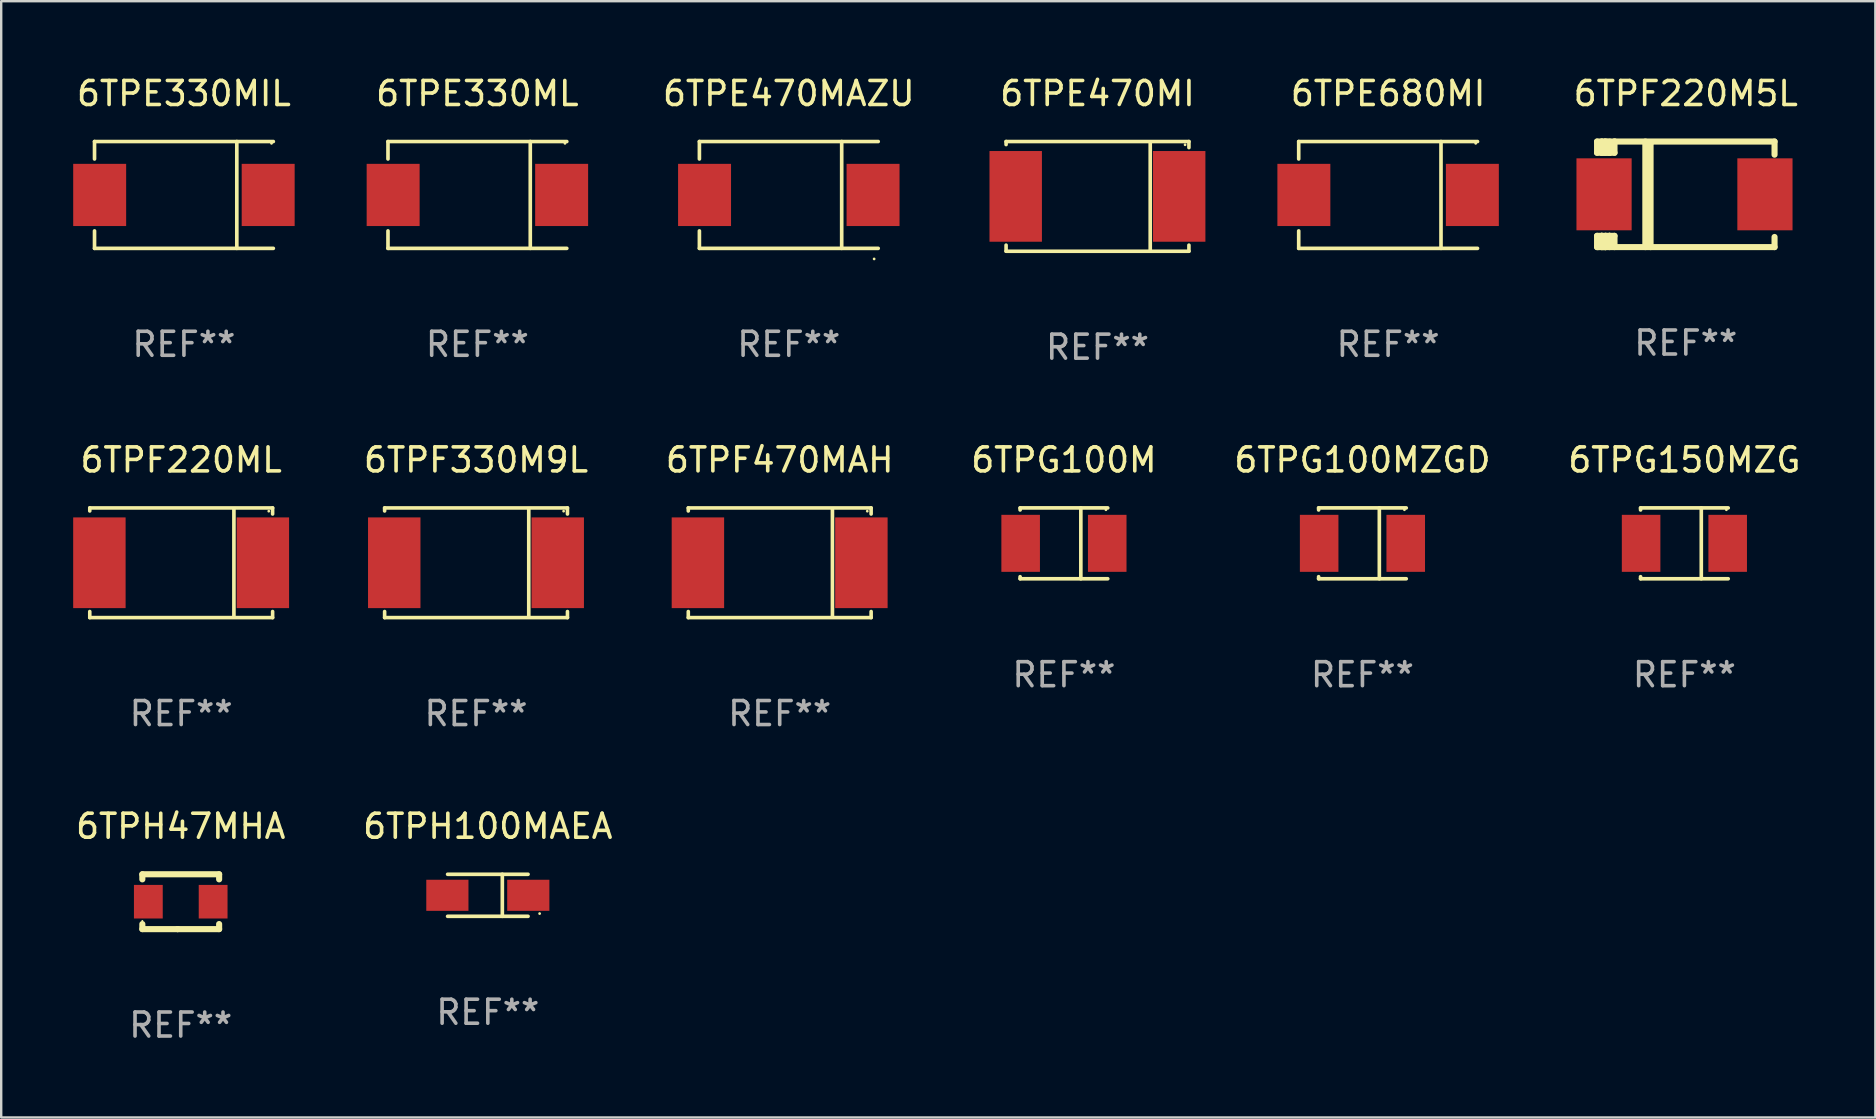
<source format=kicad_pcb>
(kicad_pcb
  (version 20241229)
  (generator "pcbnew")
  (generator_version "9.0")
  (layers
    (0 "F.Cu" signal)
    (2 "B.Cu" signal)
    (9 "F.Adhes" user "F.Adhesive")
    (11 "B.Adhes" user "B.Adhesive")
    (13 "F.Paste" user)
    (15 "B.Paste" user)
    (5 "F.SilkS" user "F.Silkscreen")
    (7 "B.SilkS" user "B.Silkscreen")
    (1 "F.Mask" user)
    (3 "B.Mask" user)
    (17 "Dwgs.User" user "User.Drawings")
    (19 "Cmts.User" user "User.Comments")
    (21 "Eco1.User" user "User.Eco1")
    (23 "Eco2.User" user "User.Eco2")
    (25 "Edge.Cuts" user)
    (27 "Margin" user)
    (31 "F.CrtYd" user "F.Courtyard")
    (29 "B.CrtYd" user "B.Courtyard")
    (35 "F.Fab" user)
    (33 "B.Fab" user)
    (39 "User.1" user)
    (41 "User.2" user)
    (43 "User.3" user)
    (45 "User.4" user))
  (footprint "6TPE330MIL"
    (layer "F.Cu")
    (at 4.615 5.074)
    (property "Reference" "6TPE330MIL" (at 0 -4.226 0) (layer "F.SilkS") (effects (font (size 1 1) (thickness 0.15))))
    (attr through_hole)
    (fp_line (start -3.726 -2.226) (end -3.726 -1.499) (stroke (width 0.152) (type solid)) (layer "F.SilkS"))
    (fp_line (start -3.726 -2.226) (end 3.726 -2.226) (stroke (width 0.152) (type solid)) (layer "F.SilkS"))
    (fp_line (start -3.726 2.226) (end -3.726 1.499) (stroke (width 0.152) (type solid)) (layer "F.SilkS"))
    (fp_line (start -3.726 2.226) (end 3.726 2.226) (stroke (width 0.152) (type solid)) (layer "F.SilkS"))
    (fp_line (start 2.204 -2.226) (end 2.204 2.226) (stroke (width 0.152) (type solid)) (layer "F.SilkS"))
    (fp_circle (center 3.65 -2.15) (end 3.68 -2.15) (stroke (width 0.06) (type solid)) (fill no) (layer "F.SilkS"))
    (fp_text user "REF**" (at 0 6.226 0) (layer "F.Fab") (effects (font (size 1 1) (thickness 0.15))))
    (pad "1" smd rect (at 3.511 0) (size 2.207 2.592) (layers "F.Cu" "F.Mask" "F.Paste"))
    (pad "2" smd rect (at -3.511 0) (size 2.207 2.592) (layers "F.Cu" "F.Mask" "F.Paste")))
  (footprint "6TPH100MAEA"
    (layer "F.Cu")
    (at 17.28 34.261)
    (property "Reference" "6TPH100MAEA" (at 0 -2.876 0) (layer "F.SilkS") (effects (font (size 1 1) (thickness 0.15))))
    (attr through_hole)
    (fp_line (start -1.676 -0.876) (end 1.676 -0.876) (stroke (width 0.152) (type solid)) (layer "F.SilkS"))
    (fp_line (start -1.676 0.876) (end 1.676 0.876) (stroke (width 0.152) (type solid)) (layer "F.SilkS"))
    (fp_line (start 0.604 -0.876) (end 0.604 0.876) (stroke (width 0.152) (type solid)) (layer "F.SilkS"))
    (fp_circle (center 2.159 0.762) (end 2.189 0.762) (stroke (width 0.06) (type solid)) (fill no) (layer "F.SilkS"))
    (fp_text user "REF**" (at 0 4.876 0) (layer "F.Fab") (effects (font (size 1 1) (thickness 0.15))))
    (pad "1" smd rect (at 1.686 0) (size 1.758 1.296) (layers "F.Cu" "F.Mask" "F.Paste"))
    (pad "2" smd rect (at -1.686 0) (size 1.758 1.296) (layers "F.Cu" "F.Mask" "F.Paste")))
  (footprint "6TPE330ML"
    (layer "F.Cu")
    (at 16.845 5.074)
    (property "Reference" "6TPE330ML" (at 0 -4.226 0) (layer "F.SilkS") (effects (font (size 1 1) (thickness 0.15))))
    (attr through_hole)
    (fp_line (start -3.726 -2.226) (end -3.726 -1.499) (stroke (width 0.152) (type solid)) (layer "F.SilkS"))
    (fp_line (start -3.726 -2.226) (end 3.726 -2.226) (stroke (width 0.152) (type solid)) (layer "F.SilkS"))
    (fp_line (start -3.726 2.226) (end -3.726 1.499) (stroke (width 0.152) (type solid)) (layer "F.SilkS"))
    (fp_line (start -3.726 2.226) (end 3.726 2.226) (stroke (width 0.152) (type solid)) (layer "F.SilkS"))
    (fp_line (start 2.204 -2.226) (end 2.204 2.226) (stroke (width 0.152) (type solid)) (layer "F.SilkS"))
    (fp_circle (center 3.65 -2.15) (end 3.68 -2.15) (stroke (width 0.06) (type solid)) (fill no) (layer "F.SilkS"))
    (fp_text user "REF**" (at 0 6.226 0) (layer "F.Fab") (effects (font (size 1 1) (thickness 0.15))))
    (pad "1" smd rect (at 3.511 0) (size 2.207 2.592) (layers "F.Cu" "F.Mask" "F.Paste"))
    (pad "2" smd rect (at -3.511 0) (size 2.207 2.592) (layers "F.Cu" "F.Mask" "F.Paste")))
  (footprint "6TPG100M"
    (layer "F.Cu")
    (at 41.289 19.593)
    (property "Reference" "6TPG100M" (at 0 -3.476 0) (layer "F.SilkS") (effects (font (size 1 1) (thickness 0.15))))
    (attr through_hole)
    (fp_line (start -1.826 -1.476) (end -1.826 -1.391) (stroke (width 0.152) (type solid)) (layer "F.SilkS"))
    (fp_line (start -1.826 -1.476) (end 1.826 -1.476) (stroke (width 0.152) (type solid)) (layer "F.SilkS"))
    (fp_line (start -1.826 1.476) (end -1.826 1.391) (stroke (width 0.152) (type solid)) (layer "F.SilkS"))
    (fp_line (start -1.826 1.476) (end 1.826 1.476) (stroke (width 0.152) (type solid)) (layer "F.SilkS"))
    (fp_line (start 0.704 -1.476) (end 0.704 1.476) (stroke (width 0.152) (type solid)) (layer "F.SilkS"))
    (fp_circle (center 1.75 -1.4) (end 1.78 -1.4) (stroke (width 0.06) (type solid)) (fill no) (layer "F.SilkS"))
    (fp_text user "REF**" (at 0 5.476 0) (layer "F.Fab") (effects (font (size 1 1) (thickness 0.15))))
    (pad "1" smd rect (at 1.804 0) (size 1.607 2.376) (layers "F.Cu" "F.Mask" "F.Paste"))
    (pad "2" smd rect (at -1.804 0) (size 1.607 2.376) (layers "F.Cu" "F.Mask" "F.Paste")))
  (footprint "6TPH47MHA"
    (layer "F.Cu")
    (at 4.482 34.528)
    (property "Reference" "6TPH47MHA" (at 0 -3.143 0) (layer "F.SilkS") (effects (font (size 1 1) (thickness 0.15))))
    (attr through_hole)
    (fp_line (start -1.6 1.143) (end -0.128 1.143) (stroke (width 0.254) (type solid)) (layer "F.SilkS"))
    (fp_line (start -1.6 -1.143) (end -1.6 -0.931) (stroke (width 0.254) (type solid)) (layer "F.SilkS"))
    (fp_line (start -1.6 -1.143) (end 1.6 -1.143) (stroke (width 0.254) (type solid)) (layer "F.SilkS"))
    (fp_line (start -1.6 0.931) (end -1.6 1.143) (stroke (width 0.254) (type solid)) (layer "F.SilkS"))
    (fp_line (start -0.128 1.143) (end -0.128 1.143) (stroke (width 0.254) (type solid)) (layer "F.SilkS"))
    (fp_line (start -0.128 1.143) (end 1.6 1.143) (stroke (width 0.254) (type solid)) (layer "F.SilkS"))
    (fp_line (start 1.6 -1.143) (end 1.6 -0.931) (stroke (width 0.254) (type solid)) (layer "F.SilkS"))
    (fp_line (start 1.6 0.931) (end 1.6 1.143) (stroke (width 0.254) (type solid)) (layer "F.SilkS"))
    (fp_circle (center -1.6 0.8) (end -1.58 0.8) (stroke (width 0.04) (type solid)) (fill no) (layer "F.SilkS"))
    (fp_text user "REF**" (at 0 5.143 0) (layer "F.Fab") (effects (font (size 1 1) (thickness 0.15))))
    (pad "1" smd rect (at -1.35 0) (size 1.2 1.4) (layers "F.Cu" "F.Mask" "F.Paste"))
    (pad "2" smd rect (at 1.35 0) (size 1.2 1.4) (layers "F.Cu" "F.Mask" "F.Paste")))
  (footprint "6TPF220M5L"
    (layer "F.Cu")
    (at 67.205 5.048)
    (property "Reference" "6TPF220M5L" (at 0 -4.2 0) (layer "F.SilkS") (effects (font (size 1 1) (thickness 0.15))))
    (attr through_hole)
    (fp_line (start -3.698 -2.2) (end -3.502 -2.2) (stroke (width 0.254) (type solid)) (layer "F.SilkS"))
    (fp_line (start -3.698 -1.731) (end -3.698 -2.2) (stroke (width 0.254) (type solid)) (layer "F.SilkS"))
    (fp_line (start -3.698 -1.731) (end -3.502 -1.731) (stroke (width 0.254) (type solid)) (layer "F.SilkS"))
    (fp_line (start -3.698 1.731) (end -3.502 1.731) (stroke (width 0.254) (type solid)) (layer "F.SilkS"))
    (fp_line (start -3.698 2.2) (end -3.698 1.731) (stroke (width 0.254) (type solid)) (layer "F.SilkS"))
    (fp_line (start -3.66 2.2) (end -3.698 2.2) (stroke (width 0.254) (type solid)) (layer "F.SilkS"))
    (fp_line (start -3.66 2.2) (end -3.346 2.2) (stroke (width 0.254) (type solid)) (layer "F.SilkS"))
    (fp_line (start -3.502 -2.2) (end 3.698 -2.2) (stroke (width 0.254) (type solid)) (layer "F.SilkS"))
    (fp_line (start -3.502 -1.731) (end -3.502 -2.2) (stroke (width 0.254) (type solid)) (layer "F.SilkS"))
    (fp_line (start -3.502 1.731) (end -3.502 1.778) (stroke (width 0.254) (type solid)) (layer "F.SilkS"))
    (fp_line (start -3.502 1.731) (end -3.178 1.731) (stroke (width 0.254) (type solid)) (layer "F.SilkS"))
    (fp_line (start -3.502 1.778) (end -3.502 1.731) (stroke (width 0.254) (type solid)) (layer "F.SilkS"))
    (fp_line (start -3.502 2.2) (end -3.502 1.778) (stroke (width 0.254) (type solid)) (layer "F.SilkS"))
    (fp_line (start -3.502 2.2) (end 3.698 2.2) (stroke (width 0.254) (type solid)) (layer "F.SilkS"))
    (fp_line (start -3.367 -2.2) (end -3.367 -1.731) (stroke (width 0.254) (type solid)) (layer "F.SilkS"))
    (fp_line (start -3.346 1.731) (end -3.346 2.2) (stroke (width 0.254) (type solid)) (layer "F.SilkS"))
    (fp_line (start -3.346 2.2) (end -3.346 2.2) (stroke (width 0.254) (type solid)) (layer "F.SilkS"))
    (fp_line (start -3.332 1.731) (end -3.346 1.731) (stroke (width 0.254) (type solid)) (layer "F.SilkS"))
    (fp_line (start -3.303 -2.2) (end -3.367 -2.2) (stroke (width 0.254) (type solid)) (layer "F.SilkS"))
    (fp_line (start -3.179 -1.731) (end -3.179 -1.731) (stroke (width 0.254) (type solid)) (layer "F.SilkS"))
    (fp_line (start -3.179 1.731) (end -3.179 2.2) (stroke (width 0.254) (type solid)) (layer "F.SilkS"))
    (fp_line (start -3.178 -1.731) (end -3.502 -1.731) (stroke (width 0.254) (type solid)) (layer "F.SilkS"))
    (fp_line (start -3.178 -1.731) (end -3.179 -1.731) (stroke (width 0.254) (type solid)) (layer "F.SilkS"))
    (fp_line (start -3.178 -1.731) (end -3.178 -2.2) (stroke (width 0.254) (type solid)) (layer "F.SilkS"))
    (fp_line (start -3.178 1.731) (end -3.178 1.731) (stroke (width 0.254) (type solid)) (layer "F.SilkS"))
    (fp_line (start -2.972 -2.2) (end -2.972 -1.731) (stroke (width 0.254) (type solid)) (layer "F.SilkS"))
    (fp_line (start -2.972 -1.731) (end -3.502 -1.731) (stroke (width 0.254) (type solid)) (layer "F.SilkS"))
    (fp_line (start -2.972 1.731) (end -3.179 1.731) (stroke (width 0.254) (type solid)) (layer "F.SilkS"))
    (fp_line (start -2.972 1.731) (end -2.972 2.2) (stroke (width 0.254) (type solid)) (layer "F.SilkS"))
    (fp_line (start -2.957 -2.2) (end -2.972 -2.2) (stroke (width 0.254) (type solid)) (layer "F.SilkS"))
    (fp_line (start -1.686 -2.2) (end -1.686 2.2) (stroke (width 0.254) (type solid)) (layer "F.SilkS"))
    (fp_line (start -1.469 -2.159) (end -1.469 2.2) (stroke (width 0.254) (type solid)) (layer "F.SilkS"))
    (fp_line (start -1.452 -2.159) (end -1.469 -2.159) (stroke (width 0.254) (type solid)) (layer "F.SilkS"))
    (fp_line (start 3.698 -2.2) (end 3.698 -1.651) (stroke (width 0.254) (type solid)) (layer "F.SilkS"))
    (fp_line (start 3.698 2.2) (end 3.698 1.778) (stroke (width 0.254) (type solid)) (layer "F.SilkS"))
    (fp_circle (center -3.552 2.15) (end -3.522 2.15) (stroke (width 0.06) (type solid)) (fill no) (layer "F.SilkS"))
    (fp_text user "REF**" (at 0 6.2 0) (layer "F.Fab") (effects (font (size 1 1) (thickness 0.15))))
    (pad "1" smd rect (at -3.407 0) (size 2.3 3) (layers "F.Cu" "F.Mask" "F.Paste"))
    (pad "2" smd rect (at 3.298 0) (size 2.3 3) (layers "F.Cu" "F.Mask" "F.Paste")))
  (footprint "6TPE470MI"
    (layer "F.Cu")
    (at 42.688 5.134)
    (property "Reference" "6TPE470MI" (at 0 -4.286 0) (layer "F.SilkS") (effects (font (size 1 1) (thickness 0.15))))
    (attr through_hole)
    (fp_line (start -3.81 -2.286) (end -3.81 -2.159) (stroke (width 0.15) (type solid)) (layer "F.SilkS"))
    (fp_line (start -3.81 2.032) (end -3.81 2.286) (stroke (width 0.15) (type solid)) (layer "F.SilkS"))
    (fp_line (start -3.81 2.286) (end 3.81 2.286) (stroke (width 0.15) (type solid)) (layer "F.SilkS"))
    (fp_line (start 2.197 -2.226) (end 2.197 2.226) (stroke (width 0.152) (type solid)) (layer "F.SilkS"))
    (fp_line (start 3.81 -2.286) (end -3.81 -2.286) (stroke (width 0.15) (type solid)) (layer "F.SilkS"))
    (fp_line (start 3.81 -2.032) (end 3.81 -2.286) (stroke (width 0.15) (type solid)) (layer "F.SilkS"))
    (fp_line (start 3.81 2.286) (end 3.81 2.032) (stroke (width 0.15) (type solid)) (layer "F.SilkS"))
    (fp_circle (center 3.65 -2.15) (end 3.68 -2.15) (stroke (width 0.06) (type solid)) (fill no) (layer "F.SilkS"))
    (fp_text user "REF**" (at 0 6.286 0) (layer "F.Fab") (effects (font (size 1 1) (thickness 0.15))))
    (pad "1" smd rect (at 3.404 0 180) (size 2.185 3.78) (layers "F.Cu" "F.Mask" "F.Paste"))
    (pad "2" smd rect (at -3.409 0 180) (size 2.185 3.78) (layers "F.Cu" "F.Mask" "F.Paste")))
  (footprint "6TPF330M9L"
    (layer "F.Cu")
    (at 16.789 20.403)
    (property "Reference" "6TPF330M9L" (at 0 -4.286 0) (layer "F.SilkS") (effects (font (size 1 1) (thickness 0.15))))
    (attr through_hole)
    (fp_line (start -3.81 -2.286) (end -3.81 -2.159) (stroke (width 0.15) (type solid)) (layer "F.SilkS"))
    (fp_line (start -3.81 2.032) (end -3.81 2.286) (stroke (width 0.15) (type solid)) (layer "F.SilkS"))
    (fp_line (start -3.81 2.286) (end 3.81 2.286) (stroke (width 0.15) (type solid)) (layer "F.SilkS"))
    (fp_line (start 2.197 -2.226) (end 2.197 2.226) (stroke (width 0.152) (type solid)) (layer "F.SilkS"))
    (fp_line (start 3.81 -2.286) (end -3.81 -2.286) (stroke (width 0.15) (type solid)) (layer "F.SilkS"))
    (fp_line (start 3.81 -2.032) (end 3.81 -2.286) (stroke (width 0.15) (type solid)) (layer "F.SilkS"))
    (fp_line (start 3.81 2.286) (end 3.81 2.032) (stroke (width 0.15) (type solid)) (layer "F.SilkS"))
    (fp_circle (center 3.65 -2.15) (end 3.68 -2.15) (stroke (width 0.06) (type solid)) (fill no) (layer "F.SilkS"))
    (fp_text user "REF**" (at 0 6.286 0) (layer "F.Fab") (effects (font (size 1 1) (thickness 0.15))))
    (pad "1" smd rect (at 3.404 0 180) (size 2.185 3.78) (layers "F.Cu" "F.Mask" "F.Paste"))
    (pad "2" smd rect (at -3.409 0 180) (size 2.185 3.78) (layers "F.Cu" "F.Mask" "F.Paste")))
  (footprint "6TPF220ML"
    (layer "F.Cu")
    (at 4.501 20.403)
    (property "Reference" "6TPF220ML" (at 0 -4.286 0) (layer "F.SilkS") (effects (font (size 1 1) (thickness 0.15))))
    (attr through_hole)
    (fp_line (start -3.81 -2.286) (end -3.81 -2.159) (stroke (width 0.15) (type solid)) (layer "F.SilkS"))
    (fp_line (start -3.81 2.032) (end -3.81 2.286) (stroke (width 0.15) (type solid)) (layer "F.SilkS"))
    (fp_line (start -3.81 2.286) (end 3.81 2.286) (stroke (width 0.15) (type solid)) (layer "F.SilkS"))
    (fp_line (start 2.197 -2.226) (end 2.197 2.226) (stroke (width 0.152) (type solid)) (layer "F.SilkS"))
    (fp_line (start 3.81 -2.286) (end -3.81 -2.286) (stroke (width 0.15) (type solid)) (layer "F.SilkS"))
    (fp_line (start 3.81 -2.032) (end 3.81 -2.286) (stroke (width 0.15) (type solid)) (layer "F.SilkS"))
    (fp_line (start 3.81 2.286) (end 3.81 2.032) (stroke (width 0.15) (type solid)) (layer "F.SilkS"))
    (fp_circle (center 3.65 -2.15) (end 3.68 -2.15) (stroke (width 0.06) (type solid)) (fill no) (layer "F.SilkS"))
    (fp_text user "REF**" (at 0 6.286 0) (layer "F.Fab") (effects (font (size 1 1) (thickness 0.15))))
    (pad "1" smd rect (at 3.404 0 180) (size 2.185 3.78) (layers "F.Cu" "F.Mask" "F.Paste"))
    (pad "2" smd rect (at -3.409 0 180) (size 2.185 3.78) (layers "F.Cu" "F.Mask" "F.Paste")))
  (footprint "6TPE680MI"
    (layer "F.Cu")
    (at 54.799 5.074)
    (property "Reference" "6TPE680MI" (at 0 -4.226 0) (layer "F.SilkS") (effects (font (size 1 1) (thickness 0.15))))
    (attr through_hole)
    (fp_line (start -3.726 -2.226) (end -3.726 -1.499) (stroke (width 0.152) (type solid)) (layer "F.SilkS"))
    (fp_line (start -3.726 -2.226) (end 3.726 -2.226) (stroke (width 0.152) (type solid)) (layer "F.SilkS"))
    (fp_line (start -3.726 2.226) (end -3.726 1.499) (stroke (width 0.152) (type solid)) (layer "F.SilkS"))
    (fp_line (start -3.726 2.226) (end 3.726 2.226) (stroke (width 0.152) (type solid)) (layer "F.SilkS"))
    (fp_line (start 2.204 -2.226) (end 2.204 2.226) (stroke (width 0.152) (type solid)) (layer "F.SilkS"))
    (fp_circle (center 3.65 -2.15) (end 3.68 -2.15) (stroke (width 0.06) (type solid)) (fill no) (layer "F.SilkS"))
    (fp_text user "REF**" (at 0 6.226 0) (layer "F.Fab") (effects (font (size 1 1) (thickness 0.15))))
    (pad "1" smd rect (at 3.511 0) (size 2.207 2.592) (layers "F.Cu" "F.Mask" "F.Paste"))
    (pad "2" smd rect (at -3.511 0) (size 2.207 2.592) (layers "F.Cu" "F.Mask" "F.Paste")))
  (footprint "6TPG100MZGD"
    (layer "F.Cu")
    (at 53.729 19.593)
    (property "Reference" "6TPG100MZGD" (at 0 -3.476 0) (layer "F.SilkS") (effects (font (size 1 1) (thickness 0.15))))
    (attr through_hole)
    (fp_line (start -1.826 -1.476) (end -1.826 -1.391) (stroke (width 0.152) (type solid)) (layer "F.SilkS"))
    (fp_line (start -1.826 -1.476) (end 1.826 -1.476) (stroke (width 0.152) (type solid)) (layer "F.SilkS"))
    (fp_line (start -1.826 1.476) (end -1.826 1.391) (stroke (width 0.152) (type solid)) (layer "F.SilkS"))
    (fp_line (start -1.826 1.476) (end 1.826 1.476) (stroke (width 0.152) (type solid)) (layer "F.SilkS"))
    (fp_line (start 0.704 -1.476) (end 0.704 1.476) (stroke (width 0.152) (type solid)) (layer "F.SilkS"))
    (fp_circle (center 1.75 -1.4) (end 1.78 -1.4) (stroke (width 0.06) (type solid)) (fill no) (layer "F.SilkS"))
    (fp_text user "REF**" (at 0 5.476 0) (layer "F.Fab") (effects (font (size 1 1) (thickness 0.15))))
    (pad "1" smd rect (at 1.804 0) (size 1.607 2.376) (layers "F.Cu" "F.Mask" "F.Paste"))
    (pad "2" smd rect (at -1.804 0) (size 1.607 2.376) (layers "F.Cu" "F.Mask" "F.Paste")))
  (footprint "6TPE470MAZU"
    (layer "F.Cu")
    (at 29.823 5.074)
    (property "Reference" "6TPE470MAZU" (at 0 -4.226 0) (layer "F.SilkS") (effects (font (size 1 1) (thickness 0.15))))
    (attr through_hole)
    (fp_line (start -3.726 -2.226) (end -3.726 -1.499) (stroke (width 0.152) (type solid)) (layer "F.SilkS"))
    (fp_line (start -3.726 -2.226) (end 3.726 -2.226) (stroke (width 0.152) (type solid)) (layer "F.SilkS"))
    (fp_line (start -3.726 2.226) (end -3.726 1.499) (stroke (width 0.152) (type solid)) (layer "F.SilkS"))
    (fp_line (start -3.726 2.226) (end 3.726 2.226) (stroke (width 0.152) (type solid)) (layer "F.SilkS"))
    (fp_line (start 2.204 -2.226) (end 2.204 2.226) (stroke (width 0.152) (type solid)) (layer "F.SilkS"))
    (fp_circle (center 3.556 2.667) (end 3.586 2.667) (stroke (width 0.06) (type solid)) (fill no) (layer "F.SilkS"))
    (fp_text user "REF**" (at 0 6.226 0) (layer "F.Fab") (effects (font (size 1 1) (thickness 0.15))))
    (pad "1" smd rect (at 3.511 0.000051) (size 2.207 2.592) (layers "F.Cu" "F.Mask" "F.Paste"))
    (pad "2" smd rect (at -3.511 0.000051) (size 2.207 2.592) (layers "F.Cu" "F.Mask" "F.Paste")))
  (footprint "6TPG150MZG"
    (layer "F.Cu")
    (at 67.146 19.593)
    (property "Reference" "6TPG150MZG" (at 0 -3.476 0) (layer "F.SilkS") (effects (font (size 1 1) (thickness 0.15))))
    (attr through_hole)
    (fp_line (start -1.826 -1.476) (end -1.826 -1.391) (stroke (width 0.152) (type solid)) (layer "F.SilkS"))
    (fp_line (start -1.826 -1.476) (end 1.826 -1.476) (stroke (width 0.152) (type solid)) (layer "F.SilkS"))
    (fp_line (start -1.826 1.476) (end -1.826 1.391) (stroke (width 0.152) (type solid)) (layer "F.SilkS"))
    (fp_line (start -1.826 1.476) (end 1.826 1.476) (stroke (width 0.152) (type solid)) (layer "F.SilkS"))
    (fp_line (start 0.704 -1.476) (end 0.704 1.476) (stroke (width 0.152) (type solid)) (layer "F.SilkS"))
    (fp_circle (center 1.75 -1.4) (end 1.78 -1.4) (stroke (width 0.06) (type solid)) (fill no) (layer "F.SilkS"))
    (fp_text user "REF**" (at 0 5.476 0) (layer "F.Fab") (effects (font (size 1 1) (thickness 0.15))))
    (pad "1" smd rect (at 1.804 0) (size 1.607 2.376) (layers "F.Cu" "F.Mask" "F.Paste"))
    (pad "2" smd rect (at -1.804 0) (size 1.607 2.376) (layers "F.Cu" "F.Mask" "F.Paste")))
  (footprint "6TPF470MAH"
    (layer "F.Cu")
    (at 29.444 20.403)
    (property "Reference" "6TPF470MAH" (at 0 -4.286 0) (layer "F.SilkS") (effects (font (size 1 1) (thickness 0.15))))
    (attr through_hole)
    (fp_line (start -3.81 -2.286) (end -3.81 -2.159) (stroke (width 0.15) (type solid)) (layer "F.SilkS"))
    (fp_line (start -3.81 2.032) (end -3.81 2.286) (stroke (width 0.15) (type solid)) (layer "F.SilkS"))
    (fp_line (start -3.81 2.286) (end 3.81 2.286) (stroke (width 0.15) (type solid)) (layer "F.SilkS"))
    (fp_line (start 2.197 -2.226) (end 2.197 2.226) (stroke (width 0.152) (type solid)) (layer "F.SilkS"))
    (fp_line (start 3.81 -2.286) (end -3.81 -2.286) (stroke (width 0.15) (type solid)) (layer "F.SilkS"))
    (fp_line (start 3.81 -2.032) (end 3.81 -2.286) (stroke (width 0.15) (type solid)) (layer "F.SilkS"))
    (fp_line (start 3.81 2.286) (end 3.81 2.032) (stroke (width 0.15) (type solid)) (layer "F.SilkS"))
    (fp_circle (center 3.65 -2.15) (end 3.68 -2.15) (stroke (width 0.06) (type solid)) (fill no) (layer "F.SilkS"))
    (fp_text user "REF**" (at 0 6.286 0) (layer "F.Fab") (effects (font (size 1 1) (thickness 0.15))))
    (pad "1" smd rect (at 3.404 0 180) (size 2.185 3.78) (layers "F.Cu" "F.Mask" "F.Paste"))
    (pad "2" smd rect (at -3.409 0 180) (size 2.185 3.78) (layers "F.Cu" "F.Mask" "F.Paste")))
  (gr_rect
    (start -3 -3)
    (end 75.104 43.52)
    (stroke (width 0.1) (type default))
    (fill no)
    (layer "Edge.Cuts")))
</source>
